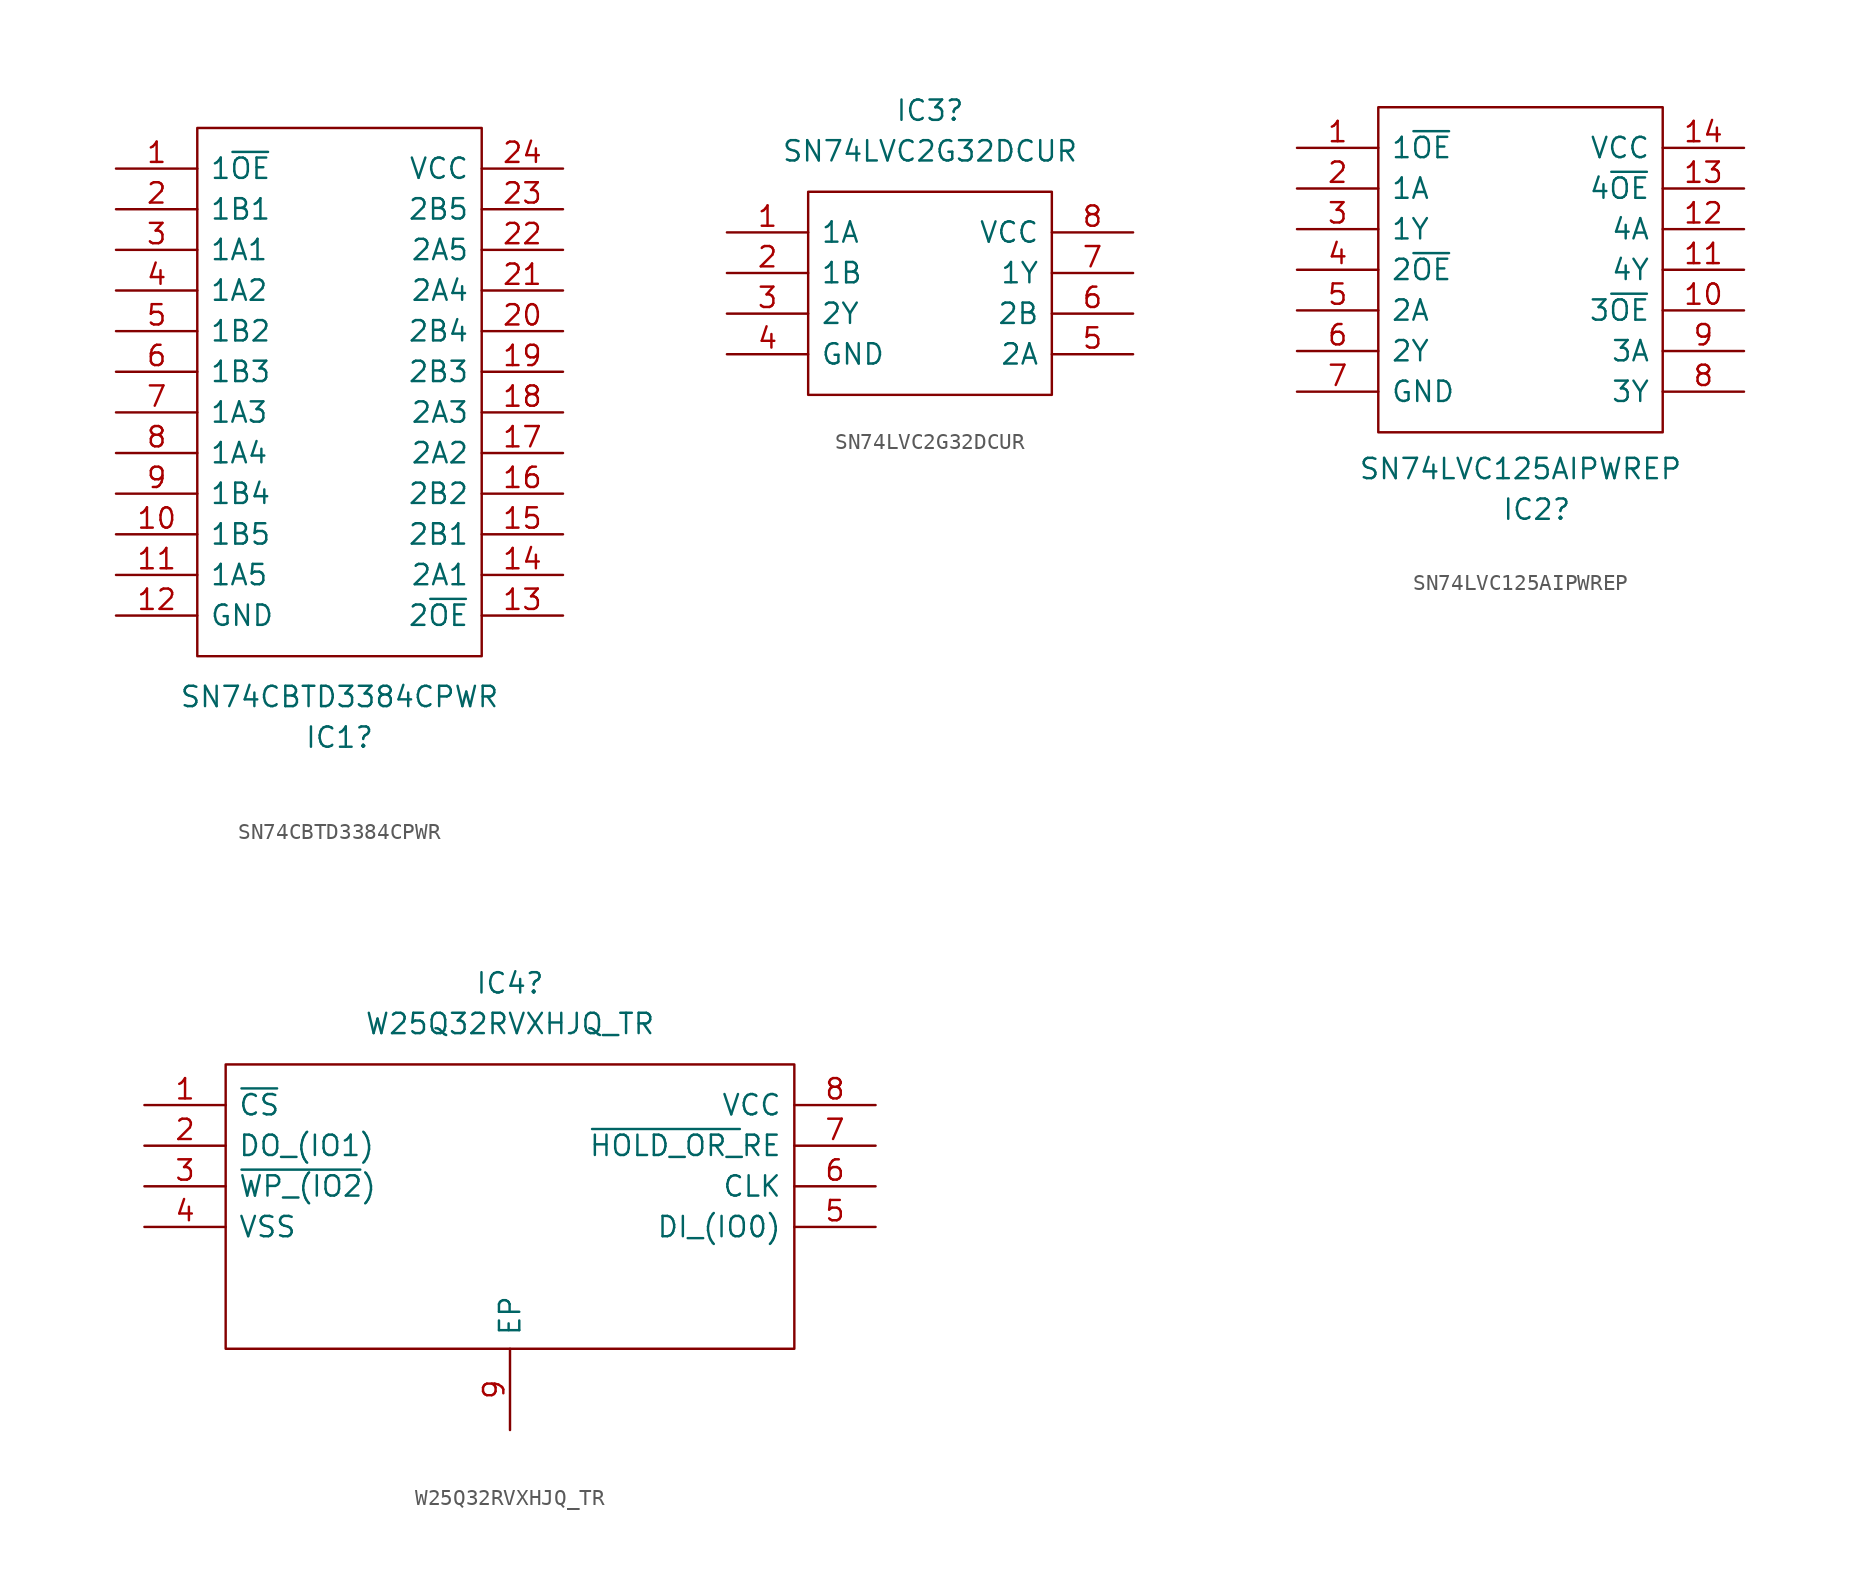
<source format=kicad_sym>
(kicad_symbol_lib
  (version 20231120)
  (generator "kicad_symbol_editor")
  (generator_version "8.0")
  (symbol "SN74CBTD3384CPWR"
    (pin_names
      (offset 0.762))
    (property "Reference" "IC1"
      (at 13.97 -35.56 0)
      (effects (font (size 1.27 1.27))))
    (property "Value" "SN74CBTD3384CPWR"
      (at 13.97 -33.02 0)
      (effects (font (size 1.27 1.27))))
    (symbol "SN74CBTD3384CPWR_0_0"
      (pin passive line (at 0 0 0) (length 5.08) (name "1~{OE}" (effects (font (size 1.27 1.27)))) (number "1" (effects (font (size 1.27 1.27)))))
      (pin passive line (at 0 -22.86 0) (length 5.08) (name "1B5" (effects (font (size 1.27 1.27)))) (number "10" (effects (font (size 1.27 1.27)))))
      (pin passive line (at 0 -25.4 0) (length 5.08) (name "1A5" (effects (font (size 1.27 1.27)))) (number "11" (effects (font (size 1.27 1.27)))))
      (pin passive line (at 0 -27.94 0) (length 5.08) (name "GND" (effects (font (size 1.27 1.27)))) (number "12" (effects (font (size 1.27 1.27)))))
      (pin passive line (at 27.94 -27.94 180) (length 5.08) (name "2~{OE}" (effects (font (size 1.27 1.27)))) (number "13" (effects (font (size 1.27 1.27)))))
      (pin passive line (at 27.94 -25.4 180) (length 5.08) (name "2A1" (effects (font (size 1.27 1.27)))) (number "14" (effects (font (size 1.27 1.27)))))
      (pin passive line (at 27.94 -22.86 180) (length 5.08) (name "2B1" (effects (font (size 1.27 1.27)))) (number "15" (effects (font (size 1.27 1.27)))))
      (pin passive line (at 27.94 -20.32 180) (length 5.08) (name "2B2" (effects (font (size 1.27 1.27)))) (number "16" (effects (font (size 1.27 1.27)))))
      (pin passive line (at 27.94 -17.78 180) (length 5.08) (name "2A2" (effects (font (size 1.27 1.27)))) (number "17" (effects (font (size 1.27 1.27)))))
      (pin passive line (at 27.94 -15.24 180) (length 5.08) (name "2A3" (effects (font (size 1.27 1.27)))) (number "18" (effects (font (size 1.27 1.27)))))
      (pin passive line (at 27.94 -12.7 180) (length 5.08) (name "2B3" (effects (font (size 1.27 1.27)))) (number "19" (effects (font (size 1.27 1.27)))))
      (pin passive line (at 0 -2.54 0) (length 5.08) (name "1B1" (effects (font (size 1.27 1.27)))) (number "2" (effects (font (size 1.27 1.27)))))
      (pin passive line (at 27.94 -10.16 180) (length 5.08) (name "2B4" (effects (font (size 1.27 1.27)))) (number "20" (effects (font (size 1.27 1.27)))))
      (pin passive line (at 27.94 -7.62 180) (length 5.08) (name "2A4" (effects (font (size 1.27 1.27)))) (number "21" (effects (font (size 1.27 1.27)))))
      (pin passive line (at 27.94 -5.08 180) (length 5.08) (name "2A5" (effects (font (size 1.27 1.27)))) (number "22" (effects (font (size 1.27 1.27)))))
      (pin passive line (at 27.94 -2.54 180) (length 5.08) (name "2B5" (effects (font (size 1.27 1.27)))) (number "23" (effects (font (size 1.27 1.27)))))
      (pin passive line (at 27.94 0 180) (length 5.08) (name "VCC" (effects (font (size 1.27 1.27)))) (number "24" (effects (font (size 1.27 1.27)))))
      (pin passive line (at 0 -5.08 0) (length 5.08) (name "1A1" (effects (font (size 1.27 1.27)))) (number "3" (effects (font (size 1.27 1.27)))))
      (pin passive line (at 0 -7.62 0) (length 5.08) (name "1A2" (effects (font (size 1.27 1.27)))) (number "4" (effects (font (size 1.27 1.27)))))
      (pin passive line (at 0 -10.16 0) (length 5.08) (name "1B2" (effects (font (size 1.27 1.27)))) (number "5" (effects (font (size 1.27 1.27)))))
      (pin passive line (at 0 -12.7 0) (length 5.08) (name "1B3" (effects (font (size 1.27 1.27)))) (number "6" (effects (font (size 1.27 1.27)))))
      (pin passive line (at 0 -15.24 0) (length 5.08) (name "1A3" (effects (font (size 1.27 1.27)))) (number "7" (effects (font (size 1.27 1.27)))))
      (pin passive line (at 0 -17.78 0) (length 5.08) (name "1A4" (effects (font (size 1.27 1.27)))) (number "8" (effects (font (size 1.27 1.27)))))
      (pin passive line (at 0 -20.32 0) (length 5.08) (name "1B4" (effects (font (size 1.27 1.27)))) (number "9" (effects (font (size 1.27 1.27))))))
    (symbol "SN74CBTD3384CPWR_0_1"
      (polyline (pts (xy 5.08 2.54) (xy 22.86 2.54) (xy 22.86 -30.48) (xy 5.08 -30.48) (xy 5.08 2.54)) (stroke (width 0.152) (type solid)) (fill (type none)))))
  (symbol "SN74LVC2G32DCUR"
    (pin_names
      (offset 0.762))
    (property "Reference" "IC3"
      (at 12.7 7.62 0)
      (effects (font (size 1.27 1.27))))
    (property "Value" "SN74LVC2G32DCUR"
      (at 12.7 5.08 0)
      (effects (font (size 1.27 1.27))))
    (symbol "SN74LVC2G32DCUR_0_0"
      (pin passive line (at 0 0 0) (length 5.08) (name "1A" (effects (font (size 1.27 1.27)))) (number "1" (effects (font (size 1.27 1.27)))))
      (pin passive line (at 0 -2.54 0) (length 5.08) (name "1B" (effects (font (size 1.27 1.27)))) (number "2" (effects (font (size 1.27 1.27)))))
      (pin passive line (at 0 -5.08 0) (length 5.08) (name "2Y" (effects (font (size 1.27 1.27)))) (number "3" (effects (font (size 1.27 1.27)))))
      (pin passive line (at 0 -7.62 0) (length 5.08) (name "GND" (effects (font (size 1.27 1.27)))) (number "4" (effects (font (size 1.27 1.27)))))
      (pin passive line (at 25.4 -7.62 180) (length 5.08) (name "2A" (effects (font (size 1.27 1.27)))) (number "5" (effects (font (size 1.27 1.27)))))
      (pin passive line (at 25.4 -5.08 180) (length 5.08) (name "2B" (effects (font (size 1.27 1.27)))) (number "6" (effects (font (size 1.27 1.27)))))
      (pin passive line (at 25.4 -2.54 180) (length 5.08) (name "1Y" (effects (font (size 1.27 1.27)))) (number "7" (effects (font (size 1.27 1.27)))))
      (pin passive line (at 25.4 0 180) (length 5.08) (name "VCC" (effects (font (size 1.27 1.27)))) (number "8" (effects (font (size 1.27 1.27))))))
    (symbol "SN74LVC2G32DCUR_0_1"
      (polyline (pts (xy 5.08 2.54) (xy 20.32 2.54) (xy 20.32 -10.16) (xy 5.08 -10.16) (xy 5.08 2.54)) (stroke (width 0.152) (type solid)) (fill (type none)))))
  (symbol "SN74LVC125AIPWREP"
    (pin_names
      (offset 0.762))
    (property "Reference" "IC2"
      (at 14.986 -22.606 0)
      (effects (font (size 1.27 1.27))))
    (property "Value" "SN74LVC125AIPWREP"
      (at 13.97 -20.066 0)
      (effects (font (size 1.27 1.27))))
    (symbol "SN74LVC125AIPWREP_0_0"
      (pin passive line (at 0 0 0) (length 5.08) (name "1~{OE}" (effects (font (size 1.27 1.27)))) (number "1" (effects (font (size 1.27 1.27)))))
      (pin passive line (at 27.94 -10.16 180) (length 5.08) (name "3~{OE}" (effects (font (size 1.27 1.27)))) (number "10" (effects (font (size 1.27 1.27)))))
      (pin passive line (at 27.94 -7.62 180) (length 5.08) (name "4Y" (effects (font (size 1.27 1.27)))) (number "11" (effects (font (size 1.27 1.27)))))
      (pin passive line (at 27.94 -5.08 180) (length 5.08) (name "4A" (effects (font (size 1.27 1.27)))) (number "12" (effects (font (size 1.27 1.27)))))
      (pin passive line (at 27.94 -2.54 180) (length 5.08) (name "4~{OE}" (effects (font (size 1.27 1.27)))) (number "13" (effects (font (size 1.27 1.27)))))
      (pin passive line (at 27.94 0 180) (length 5.08) (name "VCC" (effects (font (size 1.27 1.27)))) (number "14" (effects (font (size 1.27 1.27)))))
      (pin passive line (at 0 -2.54 0) (length 5.08) (name "1A" (effects (font (size 1.27 1.27)))) (number "2" (effects (font (size 1.27 1.27)))))
      (pin passive line (at 0 -5.08 0) (length 5.08) (name "1Y" (effects (font (size 1.27 1.27)))) (number "3" (effects (font (size 1.27 1.27)))))
      (pin passive line (at 0 -7.62 0) (length 5.08) (name "2~{OE}" (effects (font (size 1.27 1.27)))) (number "4" (effects (font (size 1.27 1.27)))))
      (pin passive line (at 0 -10.16 0) (length 5.08) (name "2A" (effects (font (size 1.27 1.27)))) (number "5" (effects (font (size 1.27 1.27)))))
      (pin passive line (at 0 -12.7 0) (length 5.08) (name "2Y" (effects (font (size 1.27 1.27)))) (number "6" (effects (font (size 1.27 1.27)))))
      (pin passive line (at 0 -15.24 0) (length 5.08) (name "GND" (effects (font (size 1.27 1.27)))) (number "7" (effects (font (size 1.27 1.27)))))
      (pin passive line (at 27.94 -15.24 180) (length 5.08) (name "3Y" (effects (font (size 1.27 1.27)))) (number "8" (effects (font (size 1.27 1.27)))))
      (pin passive line (at 27.94 -12.7 180) (length 5.08) (name "3A" (effects (font (size 1.27 1.27)))) (number "9" (effects (font (size 1.27 1.27))))))
    (symbol "SN74LVC125AIPWREP_0_1"
      (polyline (pts (xy 5.08 2.54) (xy 22.86 2.54) (xy 22.86 -17.78) (xy 5.08 -17.78) (xy 5.08 2.54)) (stroke (width 0.152) (type solid)) (fill (type none)))))
  (symbol "W25Q32RVXHJQ_TR"
    (pin_names
      (offset 0.762))
    (property "Reference" "IC4"
      (at 22.86 7.62 0)
      (effects (font (size 1.27 1.27))))
    (property "Value" "W25Q32RVXHJQ_TR"
      (at 22.86 5.08 0)
      (effects (font (size 1.27 1.27))))
    (symbol "W25Q32RVXHJQ_TR_0_0"
      (pin input line (at 0 0 0) (length 5.08) (name "~{CS}" (effects (font (size 1.27 1.27)))) (number "1" (effects (font (size 1.27 1.27)))))
      (pin output line (at 0 -2.54 0) (length 5.08) (name "DO_(IO1)" (effects (font (size 1.27 1.27)))) (number "2" (effects (font (size 1.27 1.27)))))
      (pin input line (at 0 -5.08 0) (length 5.08) (name "~{WP_(IO2})" (effects (font (size 1.27 1.27)))) (number "3" (effects (font (size 1.27 1.27)))))
      (pin power_in line (at 0 -7.62 0) (length 5.08) (name "VSS" (effects (font (size 1.27 1.27)))) (number "4" (effects (font (size 1.27 1.27)))))
      (pin input line (at 45.72 -7.62 180) (length 5.08) (name "DI_(IO0)" (effects (font (size 1.27 1.27)))) (number "5" (effects (font (size 1.27 1.27)))))
      (pin input line (at 45.72 -5.08 180) (length 5.08) (name "CLK" (effects (font (size 1.27 1.27)))) (number "6" (effects (font (size 1.27 1.27)))))
      (pin input line (at 45.72 -2.54 180) (length 5.08) (name "~{HOLD_OR_}RE" (effects (font (size 1.27 1.27)))) (number "7" (effects (font (size 1.27 1.27)))))
      (pin power_in line (at 45.72 0 180) (length 5.08) (name "VCC" (effects (font (size 1.27 1.27)))) (number "8" (effects (font (size 1.27 1.27)))))
      (pin power_in line (at 22.86 -20.32 90) (length 5.08) (name "EP" (effects (font (size 1.27 1.27)))) (number "9" (effects (font (size 1.27 1.27))))))
    (symbol "W25Q32RVXHJQ_TR_0_1"
      (polyline (pts (xy 5.08 2.54) (xy 40.64 2.54) (xy 40.64 -15.24) (xy 5.08 -15.24) (xy 5.08 2.54)) (stroke (width 0.152) (type solid)) (fill (type none))))))
</source>
